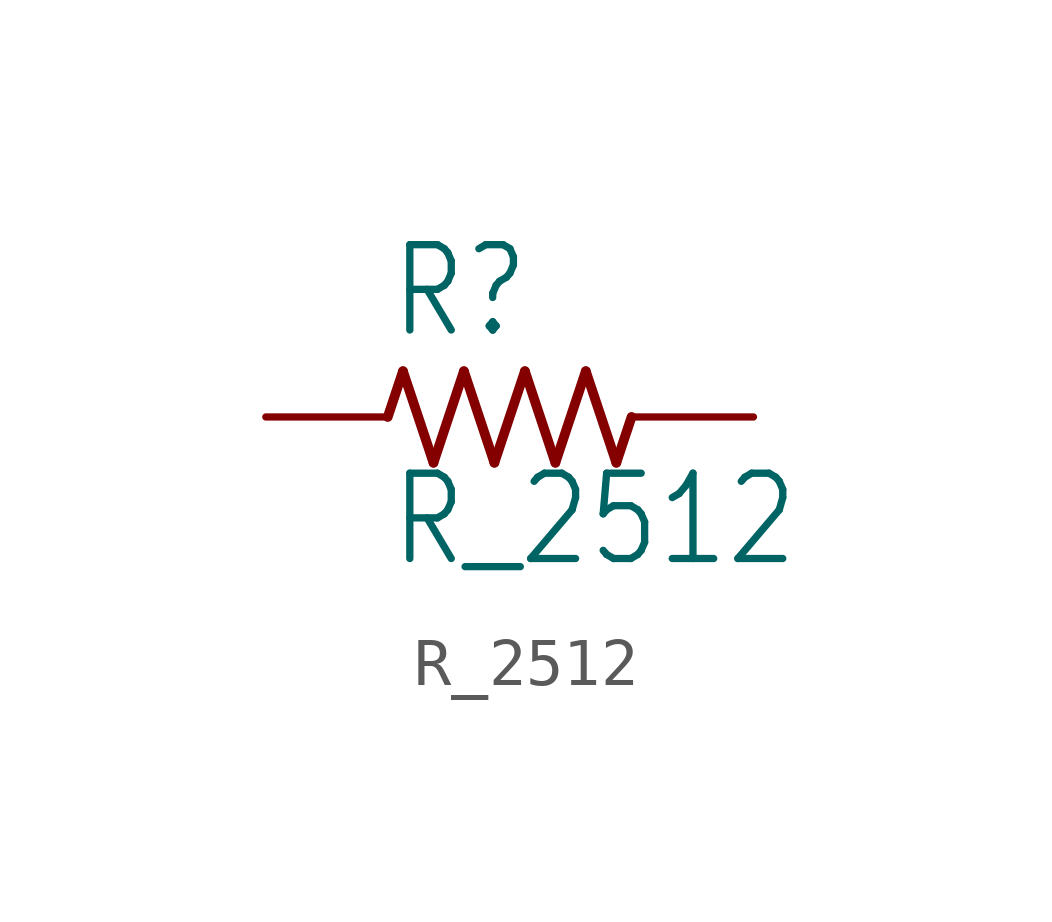
<source format=kicad_sym>
(kicad_symbol_lib
  (version 20220331)
  (generator kicad_symbol_editor)
  (symbol "R_2512"
    (property "Reference" "R"
      (at -2.54 1.587 0)
      (effects (font (size 1.778 1.511)) (justify left bottom)))
    (property "Value" "R_2512"
      (at -2.54 -3.175 0)
      (effects (font (size 1.778 1.511)) (justify left bottom)))
    (property "ki_locked" ""
      (at 0 0 0)
      (effects (font (size 1.27 1.27))))
    (symbol "R_2512_1_0"
      (polyline (pts (xy -2.54 0) (xy -2.223 0.953)) (stroke (width 0.203) (type solid)) (fill (type none)))
      (polyline (pts (xy -2.223 0.953) (xy -1.587 -0.953)) (stroke (width 0.203) (type solid)) (fill (type none)))
      (polyline (pts (xy -1.587 -0.953) (xy -0.953 0.953)) (stroke (width 0.203) (type solid)) (fill (type none)))
      (polyline (pts (xy -0.953 0.953) (xy -0.318 -0.953)) (stroke (width 0.203) (type solid)) (fill (type none)))
      (polyline (pts (xy -0.318 -0.953) (xy 0.318 0.953)) (stroke (width 0.203) (type solid)) (fill (type none)))
      (polyline (pts (xy 0.318 0.953) (xy 0.953 -0.953)) (stroke (width 0.203) (type solid)) (fill (type none)))
      (polyline (pts (xy 0.953 -0.953) (xy 1.587 0.953)) (stroke (width 0.203) (type solid)) (fill (type none)))
      (polyline (pts (xy 1.587 0.953) (xy 2.223 -0.953)) (stroke (width 0.203) (type solid)) (fill (type none)))
      (polyline (pts (xy 2.223 -0.953) (xy 2.54 0)) (stroke (width 0.203) (type solid)) (fill (type none)))
      (pin passive line (at -5.08 0 0) (length 2.54) (name "1" (effects (font (size 0 0)))) (number "1" (effects (font (size 0 0)))))
      (pin passive line (at 5.08 0 180) (length 2.54) (name "2" (effects (font (size 0 0)))) (number "2" (effects (font (size 0 0))))))))
</source>
